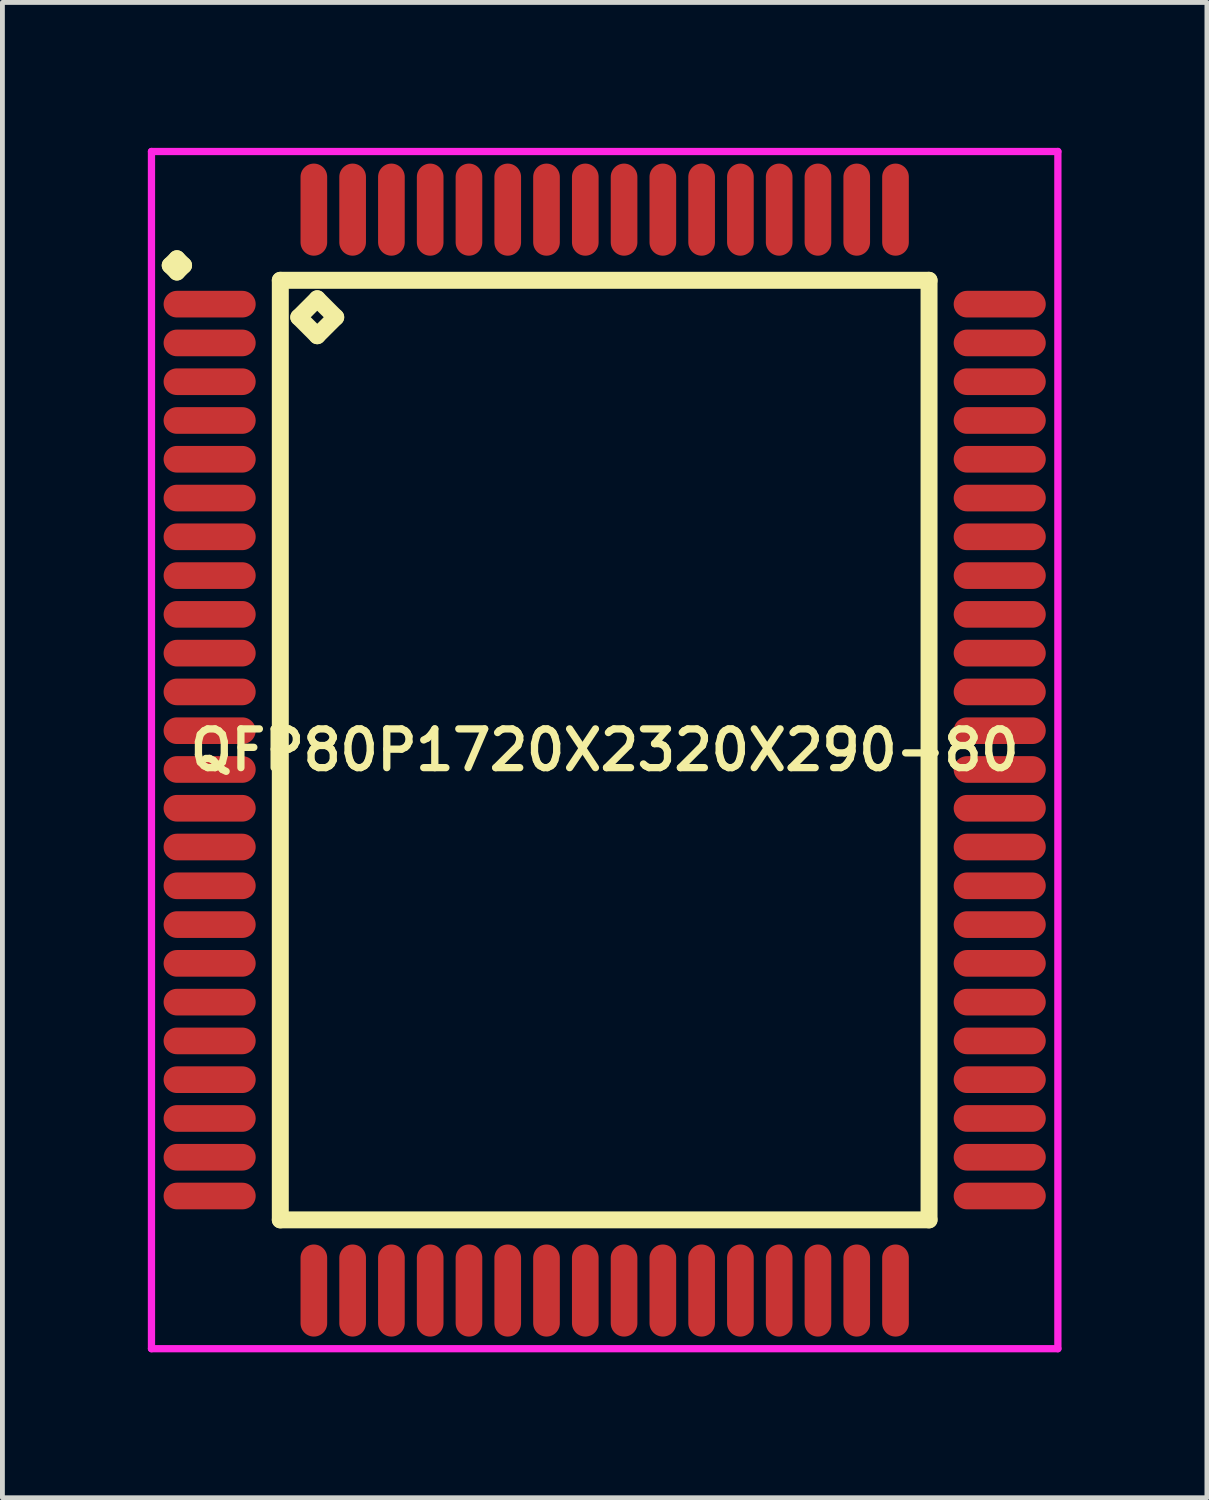
<source format=kicad_pcb>
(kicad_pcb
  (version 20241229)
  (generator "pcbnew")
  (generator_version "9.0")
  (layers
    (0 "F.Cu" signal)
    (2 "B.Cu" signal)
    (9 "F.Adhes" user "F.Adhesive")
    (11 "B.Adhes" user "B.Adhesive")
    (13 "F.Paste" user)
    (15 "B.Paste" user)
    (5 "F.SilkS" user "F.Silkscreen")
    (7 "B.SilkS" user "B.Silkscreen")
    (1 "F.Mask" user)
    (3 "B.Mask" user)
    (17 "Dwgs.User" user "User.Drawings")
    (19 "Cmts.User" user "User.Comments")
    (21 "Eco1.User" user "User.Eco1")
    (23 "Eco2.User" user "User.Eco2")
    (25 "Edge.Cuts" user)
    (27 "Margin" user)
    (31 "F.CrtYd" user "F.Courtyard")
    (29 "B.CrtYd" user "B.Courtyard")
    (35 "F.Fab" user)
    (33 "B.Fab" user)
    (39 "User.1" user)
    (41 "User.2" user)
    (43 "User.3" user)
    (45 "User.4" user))
  (footprint "QFP80P1720X2320X290-80"
    (layer "F.Cu")
    (at 9.425 12.425)
    (property "Reference" "QFP80P1720X2320X290-80" (at 0 0 0) (layer "F.SilkS") (effects (font (size 0.8 0.8) (thickness 0.15))))
    (attr smd)
    (fp_line (start -8.963 -10) (end -8.825 -10.137) (stroke (width 0.35) (type solid)) (layer "F.SilkS"))
    (fp_line (start -8.825 -10.137) (end -8.688 -10) (stroke (width 0.35) (type solid)) (layer "F.SilkS"))
    (fp_line (start -8.825 -9.863) (end -8.963 -10) (stroke (width 0.35) (type solid)) (layer "F.SilkS"))
    (fp_line (start -8.688 -10) (end -8.825 -9.863) (stroke (width 0.35) (type solid)) (layer "F.SilkS"))
    (fp_line (start -6.692 -9.692) (end -6.692 9.692) (stroke (width 0.35) (type solid)) (layer "F.SilkS"))
    (fp_line (start -6.692 9.692) (end 6.692 9.692) (stroke (width 0.35) (type solid)) (layer "F.SilkS"))
    (fp_line (start -6.311 -8.93) (end -5.93 -9.311) (stroke (width 0.35) (type solid)) (layer "F.SilkS"))
    (fp_line (start -5.93 -9.311) (end -5.549 -8.93) (stroke (width 0.35) (type solid)) (layer "F.SilkS"))
    (fp_line (start -5.93 -8.549) (end -6.311 -8.93) (stroke (width 0.35) (type solid)) (layer "F.SilkS"))
    (fp_line (start -5.549 -8.93) (end -5.93 -8.549) (stroke (width 0.35) (type solid)) (layer "F.SilkS"))
    (fp_line (start 6.692 -9.692) (end -6.692 -9.692) (stroke (width 0.35) (type solid)) (layer "F.SilkS"))
    (fp_line (start 6.692 9.692) (end 6.692 -9.692) (stroke (width 0.35) (type solid)) (layer "F.SilkS"))
    (fp_line (start -9.35 -12.35) (end 9.35 -12.35) (stroke (width 0.15) (type solid)) (layer "F.CrtYd"))
    (fp_line (start -9.35 12.35) (end -9.35 -12.35) (stroke (width 0.15) (type solid)) (layer "F.CrtYd"))
    (fp_line (start 9.35 -12.35) (end 9.35 12.35) (stroke (width 0.15) (type solid)) (layer "F.CrtYd"))
    (fp_line (start 9.35 12.35) (end -9.35 12.35) (stroke (width 0.15) (type solid)) (layer "F.CrtYd"))
    (pad "1" smd oval (at -8.15 -9.2) (size 1.9 0.55) (layers "F.Cu" "F.Mask" "F.Paste"))
    (pad "2" smd oval (at -8.15 -8.4) (size 1.9 0.55) (layers "F.Cu" "F.Mask" "F.Paste"))
    (pad "3" smd oval (at -8.15 -7.6) (size 1.9 0.55) (layers "F.Cu" "F.Mask" "F.Paste"))
    (pad "4" smd oval (at -8.15 -6.8) (size 1.9 0.55) (layers "F.Cu" "F.Mask" "F.Paste"))
    (pad "5" smd oval (at -8.15 -6) (size 1.9 0.55) (layers "F.Cu" "F.Mask" "F.Paste"))
    (pad "6" smd oval (at -8.15 -5.2) (size 1.9 0.55) (layers "F.Cu" "F.Mask" "F.Paste"))
    (pad "7" smd oval (at -8.15 -4.4) (size 1.9 0.55) (layers "F.Cu" "F.Mask" "F.Paste"))
    (pad "8" smd oval (at -8.15 -3.6) (size 1.9 0.55) (layers "F.Cu" "F.Mask" "F.Paste"))
    (pad "9" smd oval (at -8.15 -2.8) (size 1.9 0.55) (layers "F.Cu" "F.Mask" "F.Paste"))
    (pad "10" smd oval (at -8.15 -2) (size 1.9 0.55) (layers "F.Cu" "F.Mask" "F.Paste"))
    (pad "11" smd oval (at -8.15 -1.2) (size 1.9 0.55) (layers "F.Cu" "F.Mask" "F.Paste"))
    (pad "12" smd oval (at -8.15 -0.4) (size 1.9 0.55) (layers "F.Cu" "F.Mask" "F.Paste"))
    (pad "13" smd oval (at -8.15 0.4) (size 1.9 0.55) (layers "F.Cu" "F.Mask" "F.Paste"))
    (pad "14" smd oval (at -8.15 1.2) (size 1.9 0.55) (layers "F.Cu" "F.Mask" "F.Paste"))
    (pad "15" smd oval (at -8.15 2) (size 1.9 0.55) (layers "F.Cu" "F.Mask" "F.Paste"))
    (pad "16" smd oval (at -8.15 2.8) (size 1.9 0.55) (layers "F.Cu" "F.Mask" "F.Paste"))
    (pad "17" smd oval (at -8.15 3.6) (size 1.9 0.55) (layers "F.Cu" "F.Mask" "F.Paste"))
    (pad "18" smd oval (at -8.15 4.4) (size 1.9 0.55) (layers "F.Cu" "F.Mask" "F.Paste"))
    (pad "19" smd oval (at -8.15 5.2) (size 1.9 0.55) (layers "F.Cu" "F.Mask" "F.Paste"))
    (pad "20" smd oval (at -8.15 6) (size 1.9 0.55) (layers "F.Cu" "F.Mask" "F.Paste"))
    (pad "21" smd oval (at -8.15 6.8) (size 1.9 0.55) (layers "F.Cu" "F.Mask" "F.Paste"))
    (pad "22" smd oval (at -8.15 7.6) (size 1.9 0.55) (layers "F.Cu" "F.Mask" "F.Paste"))
    (pad "23" smd oval (at -8.15 8.4) (size 1.9 0.55) (layers "F.Cu" "F.Mask" "F.Paste"))
    (pad "24" smd oval (at -8.15 9.2) (size 1.9 0.55) (layers "F.Cu" "F.Mask" "F.Paste"))
    (pad "25" smd oval (at -6 11.15) (size 0.55 1.9) (layers "F.Cu" "F.Mask" "F.Paste"))
    (pad "26" smd oval (at -5.2 11.15) (size 0.55 1.9) (layers "F.Cu" "F.Mask" "F.Paste"))
    (pad "27" smd oval (at -4.4 11.15) (size 0.55 1.9) (layers "F.Cu" "F.Mask" "F.Paste"))
    (pad "28" smd oval (at -3.6 11.15) (size 0.55 1.9) (layers "F.Cu" "F.Mask" "F.Paste"))
    (pad "29" smd oval (at -2.8 11.15) (size 0.55 1.9) (layers "F.Cu" "F.Mask" "F.Paste"))
    (pad "30" smd oval (at -2 11.15) (size 0.55 1.9) (layers "F.Cu" "F.Mask" "F.Paste"))
    (pad "31" smd oval (at -1.2 11.15) (size 0.55 1.9) (layers "F.Cu" "F.Mask" "F.Paste"))
    (pad "32" smd oval (at -0.4 11.15) (size 0.55 1.9) (layers "F.Cu" "F.Mask" "F.Paste"))
    (pad "33" smd oval (at 0.4 11.15) (size 0.55 1.9) (layers "F.Cu" "F.Mask" "F.Paste"))
    (pad "34" smd oval (at 1.2 11.15) (size 0.55 1.9) (layers "F.Cu" "F.Mask" "F.Paste"))
    (pad "35" smd oval (at 2 11.15) (size 0.55 1.9) (layers "F.Cu" "F.Mask" "F.Paste"))
    (pad "36" smd oval (at 2.8 11.15) (size 0.55 1.9) (layers "F.Cu" "F.Mask" "F.Paste"))
    (pad "37" smd oval (at 3.6 11.15) (size 0.55 1.9) (layers "F.Cu" "F.Mask" "F.Paste"))
    (pad "38" smd oval (at 4.4 11.15) (size 0.55 1.9) (layers "F.Cu" "F.Mask" "F.Paste"))
    (pad "39" smd oval (at 5.2 11.15) (size 0.55 1.9) (layers "F.Cu" "F.Mask" "F.Paste"))
    (pad "40" smd oval (at 6 11.15) (size 0.55 1.9) (layers "F.Cu" "F.Mask" "F.Paste"))
    (pad "41" smd oval (at 8.15 9.2) (size 1.9 0.55) (layers "F.Cu" "F.Mask" "F.Paste"))
    (pad "42" smd oval (at 8.15 8.4) (size 1.9 0.55) (layers "F.Cu" "F.Mask" "F.Paste"))
    (pad "43" smd oval (at 8.15 7.6) (size 1.9 0.55) (layers "F.Cu" "F.Mask" "F.Paste"))
    (pad "44" smd oval (at 8.15 6.8) (size 1.9 0.55) (layers "F.Cu" "F.Mask" "F.Paste"))
    (pad "45" smd oval (at 8.15 6) (size 1.9 0.55) (layers "F.Cu" "F.Mask" "F.Paste"))
    (pad "46" smd oval (at 8.15 5.2) (size 1.9 0.55) (layers "F.Cu" "F.Mask" "F.Paste"))
    (pad "47" smd oval (at 8.15 4.4) (size 1.9 0.55) (layers "F.Cu" "F.Mask" "F.Paste"))
    (pad "48" smd oval (at 8.15 3.6) (size 1.9 0.55) (layers "F.Cu" "F.Mask" "F.Paste"))
    (pad "49" smd oval (at 8.15 2.8) (size 1.9 0.55) (layers "F.Cu" "F.Mask" "F.Paste"))
    (pad "50" smd oval (at 8.15 2) (size 1.9 0.55) (layers "F.Cu" "F.Mask" "F.Paste"))
    (pad "51" smd oval (at 8.15 1.2) (size 1.9 0.55) (layers "F.Cu" "F.Mask" "F.Paste"))
    (pad "52" smd oval (at 8.15 0.4) (size 1.9 0.55) (layers "F.Cu" "F.Mask" "F.Paste"))
    (pad "53" smd oval (at 8.15 -0.4) (size 1.9 0.55) (layers "F.Cu" "F.Mask" "F.Paste"))
    (pad "54" smd oval (at 8.15 -1.2) (size 1.9 0.55) (layers "F.Cu" "F.Mask" "F.Paste"))
    (pad "55" smd oval (at 8.15 -2) (size 1.9 0.55) (layers "F.Cu" "F.Mask" "F.Paste"))
    (pad "56" smd oval (at 8.15 -2.8) (size 1.9 0.55) (layers "F.Cu" "F.Mask" "F.Paste"))
    (pad "57" smd oval (at 8.15 -3.6) (size 1.9 0.55) (layers "F.Cu" "F.Mask" "F.Paste"))
    (pad "58" smd oval (at 8.15 -4.4) (size 1.9 0.55) (layers "F.Cu" "F.Mask" "F.Paste"))
    (pad "59" smd oval (at 8.15 -5.2) (size 1.9 0.55) (layers "F.Cu" "F.Mask" "F.Paste"))
    (pad "60" smd oval (at 8.15 -6) (size 1.9 0.55) (layers "F.Cu" "F.Mask" "F.Paste"))
    (pad "61" smd oval (at 8.15 -6.8) (size 1.9 0.55) (layers "F.Cu" "F.Mask" "F.Paste"))
    (pad "62" smd oval (at 8.15 -7.6) (size 1.9 0.55) (layers "F.Cu" "F.Mask" "F.Paste"))
    (pad "63" smd oval (at 8.15 -8.4) (size 1.9 0.55) (layers "F.Cu" "F.Mask" "F.Paste"))
    (pad "64" smd oval (at 8.15 -9.2) (size 1.9 0.55) (layers "F.Cu" "F.Mask" "F.Paste"))
    (pad "65" smd oval (at 6 -11.15) (size 0.55 1.9) (layers "F.Cu" "F.Mask" "F.Paste"))
    (pad "66" smd oval (at 5.2 -11.15) (size 0.55 1.9) (layers "F.Cu" "F.Mask" "F.Paste"))
    (pad "67" smd oval (at 4.4 -11.15) (size 0.55 1.9) (layers "F.Cu" "F.Mask" "F.Paste"))
    (pad "68" smd oval (at 3.6 -11.15) (size 0.55 1.9) (layers "F.Cu" "F.Mask" "F.Paste"))
    (pad "69" smd oval (at 2.8 -11.15) (size 0.55 1.9) (layers "F.Cu" "F.Mask" "F.Paste"))
    (pad "70" smd oval (at 2 -11.15) (size 0.55 1.9) (layers "F.Cu" "F.Mask" "F.Paste"))
    (pad "71" smd oval (at 1.2 -11.15) (size 0.55 1.9) (layers "F.Cu" "F.Mask" "F.Paste"))
    (pad "72" smd oval (at 0.4 -11.15) (size 0.55 1.9) (layers "F.Cu" "F.Mask" "F.Paste"))
    (pad "73" smd oval (at -0.4 -11.15) (size 0.55 1.9) (layers "F.Cu" "F.Mask" "F.Paste"))
    (pad "74" smd oval (at -1.2 -11.15) (size 0.55 1.9) (layers "F.Cu" "F.Mask" "F.Paste"))
    (pad "75" smd oval (at -2 -11.15) (size 0.55 1.9) (layers "F.Cu" "F.Mask" "F.Paste"))
    (pad "76" smd oval (at -2.8 -11.15) (size 0.55 1.9) (layers "F.Cu" "F.Mask" "F.Paste"))
    (pad "77" smd oval (at -3.6 -11.15) (size 0.55 1.9) (layers "F.Cu" "F.Mask" "F.Paste"))
    (pad "78" smd oval (at -4.4 -11.15) (size 0.55 1.9) (layers "F.Cu" "F.Mask" "F.Paste"))
    (pad "79" smd oval (at -5.2 -11.15) (size 0.55 1.9) (layers "F.Cu" "F.Mask" "F.Paste"))
    (pad "80" smd oval (at -6 -11.15) (size 0.55 1.9) (layers "F.Cu" "F.Mask" "F.Paste")))
  (gr_rect
    (start -3 -3)
    (end 21.85 27.85)
    (stroke (width 0.1) (type default))
    (fill no)
    (layer "Edge.Cuts")))
</source>
